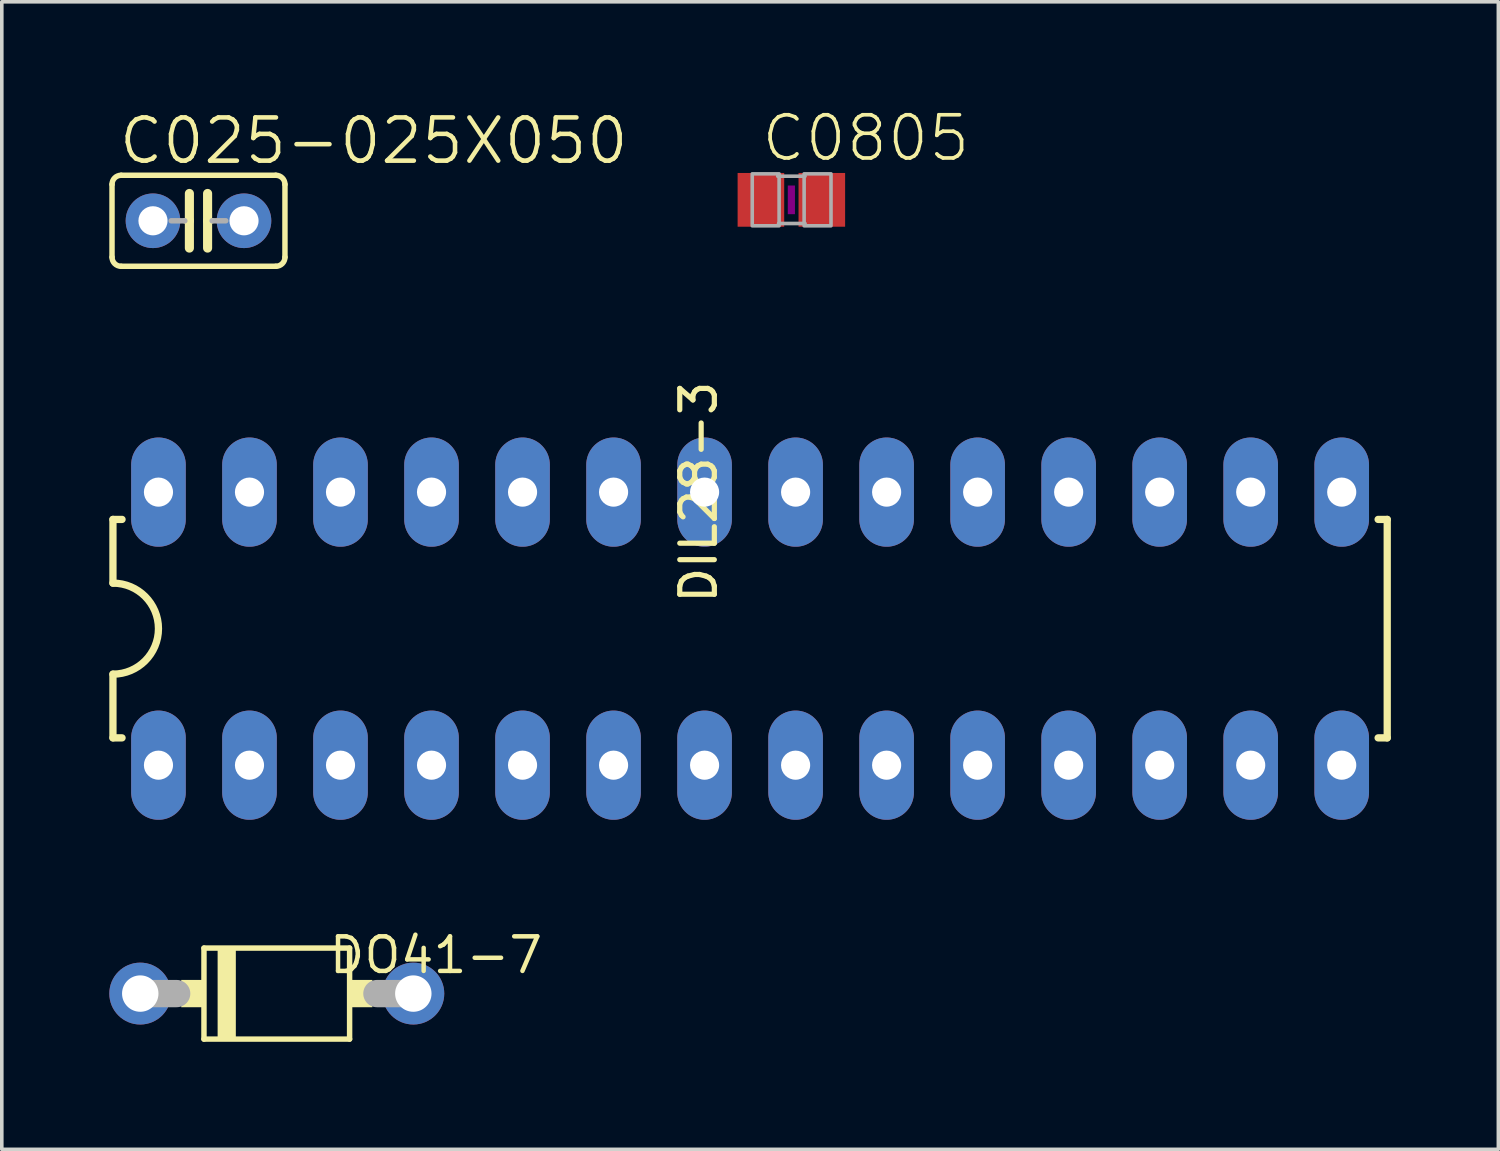
<source format=kicad_pcb>
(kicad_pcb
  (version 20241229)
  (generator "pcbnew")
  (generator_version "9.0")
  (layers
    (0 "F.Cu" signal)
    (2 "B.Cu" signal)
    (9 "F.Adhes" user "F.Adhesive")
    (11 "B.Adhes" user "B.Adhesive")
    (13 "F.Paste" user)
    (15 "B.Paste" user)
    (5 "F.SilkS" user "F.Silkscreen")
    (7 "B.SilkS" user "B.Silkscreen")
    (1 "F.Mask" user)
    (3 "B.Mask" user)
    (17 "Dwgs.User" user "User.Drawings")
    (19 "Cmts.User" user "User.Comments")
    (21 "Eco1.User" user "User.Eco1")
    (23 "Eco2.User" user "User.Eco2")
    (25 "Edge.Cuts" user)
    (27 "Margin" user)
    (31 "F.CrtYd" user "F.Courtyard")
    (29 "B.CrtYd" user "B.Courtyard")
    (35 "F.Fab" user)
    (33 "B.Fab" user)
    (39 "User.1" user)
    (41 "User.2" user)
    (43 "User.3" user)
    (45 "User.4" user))
  (footprint "C025-025X050"
    (layer "F.Cu")
    (at 2.489 3.111)
    (property "Reference" "C025-025X050" (at -2.286 -1.524 0) (layer "F.SilkS") (effects (font (size 1.206 1.206) (thickness 0.127)) (justify left bottom)))
    (attr through_hole)
    (fp_line (start -2.413 -1.016) (end -2.413 1.016) (stroke (width 0.152) (type solid)) (layer "F.SilkS"))
    (fp_line (start -2.159 -1.27) (end 2.159 -1.27) (stroke (width 0.152) (type solid)) (layer "F.SilkS"))
    (fp_line (start -0.254 -0.762) (end -0.254 0) (stroke (width 0.254) (type solid)) (layer "F.SilkS"))
    (fp_line (start -0.254 0) (end -0.381 0) (stroke (width 0.152) (type solid)) (layer "F.SilkS"))
    (fp_line (start -0.254 0) (end -0.254 0.762) (stroke (width 0.254) (type solid)) (layer "F.SilkS"))
    (fp_line (start 0.254 0) (end 0.254 -0.762) (stroke (width 0.254) (type solid)) (layer "F.SilkS"))
    (fp_line (start 0.254 0) (end 0.254 0.762) (stroke (width 0.254) (type solid)) (layer "F.SilkS"))
    (fp_line (start 0.381 0) (end 0.254 0) (stroke (width 0.152) (type solid)) (layer "F.SilkS"))
    (fp_line (start 2.159 1.27) (end -2.159 1.27) (stroke (width 0.152) (type solid)) (layer "F.SilkS"))
    (fp_line (start 2.413 -1.016) (end 2.413 1.016) (stroke (width 0.152) (type solid)) (layer "F.SilkS"))
    (fp_arc (start -2.413 -1.016) (mid -2.338605 -1.195605) (end -2.159 -1.27) (stroke (width 0.1524) (type solid)) (layer "F.SilkS"))
    (fp_arc (start -2.159 1.27) (mid -2.338605 1.195605) (end -2.413 1.016) (stroke (width 0.1524) (type solid)) (layer "F.SilkS"))
    (fp_arc (start 2.159 -1.27) (mid 2.338605 -1.195605) (end 2.413 -1.016) (stroke (width 0.1524) (type solid)) (layer "F.SilkS"))
    (fp_arc (start 2.413 1.016) (mid 2.338605 1.195605) (end 2.159 1.27) (stroke (width 0.1524) (type solid)) (layer "F.SilkS"))
    (fp_line (start -0.381 0) (end -0.762 0) (stroke (width 0.152) (type solid)) (layer "F.Fab"))
    (fp_line (start 0.762 0) (end 0.381 0) (stroke (width 0.152) (type solid)) (layer "F.Fab"))
    (pad "1" thru_hole circle (at -1.27 0) (size 1.524 1.524) (drill 0.813) (layers "*.Cu" "*.Mask"))
    (pad "2" thru_hole circle (at 1.27 0) (size 1.524 1.524) (drill 0.813) (layers "*.Cu" "*.Mask")))
  (footprint "DIL28-3"
    (layer "F.Cu")
    (at 17.882 14.493)
    (property "Reference" "DIL28-3" (at -0.872 -0.635 270) (layer "F.SilkS") (effects (font (size 0.965 0.965) (thickness 0.145)) (justify left bottom)))
    (attr through_hole)
    (fp_line (start -17.78 -3.048) (end -17.78 -1.27) (stroke (width 0.203) (type solid)) (layer "F.SilkS"))
    (fp_line (start -17.78 -3.048) (end -17.526 -3.048) (stroke (width 0.203) (type solid)) (layer "F.SilkS"))
    (fp_line (start -17.78 1.27) (end -17.78 3.048) (stroke (width 0.203) (type solid)) (layer "F.SilkS"))
    (fp_line (start -17.78 3.048) (end -17.526 3.048) (stroke (width 0.203) (type solid)) (layer "F.SilkS"))
    (fp_line (start 17.78 -3.048) (end 17.526 -3.048) (stroke (width 0.203) (type solid)) (layer "F.SilkS"))
    (fp_line (start 17.78 3.048) (end 17.526 3.048) (stroke (width 0.203) (type solid)) (layer "F.SilkS"))
    (fp_line (start 17.78 3.048) (end 17.78 -3.048) (stroke (width 0.203) (type solid)) (layer "F.SilkS"))
    (fp_arc (start -17.78 -1.27) (mid -16.51 0) (end -17.78 1.27) (stroke (width 0.2032) (type solid)) (layer "F.SilkS"))
    (pad "1" thru_hole oval (at -16.51 3.81 90) (size 3.048 1.524) (drill 0.813) (layers "*.Cu" "*.Mask"))
    (pad "2" thru_hole oval (at -13.97 3.81 90) (size 3.048 1.524) (drill 0.813) (layers "*.Cu" "*.Mask"))
    (pad "3" thru_hole oval (at -11.43 3.81 90) (size 3.048 1.524) (drill 0.813) (layers "*.Cu" "*.Mask"))
    (pad "4" thru_hole oval (at -8.89 3.81 90) (size 3.048 1.524) (drill 0.813) (layers "*.Cu" "*.Mask"))
    (pad "5" thru_hole oval (at -6.35 3.81 90) (size 3.048 1.524) (drill 0.813) (layers "*.Cu" "*.Mask"))
    (pad "6" thru_hole oval (at -3.81 3.81 90) (size 3.048 1.524) (drill 0.813) (layers "*.Cu" "*.Mask"))
    (pad "7" thru_hole oval (at -1.27 3.81 90) (size 3.048 1.524) (drill 0.813) (layers "*.Cu" "*.Mask"))
    (pad "8" thru_hole oval (at 1.27 3.81 90) (size 3.048 1.524) (drill 0.813) (layers "*.Cu" "*.Mask"))
    (pad "9" thru_hole oval (at 3.81 3.81 90) (size 3.048 1.524) (drill 0.813) (layers "*.Cu" "*.Mask"))
    (pad "10" thru_hole oval (at 6.35 3.81 90) (size 3.048 1.524) (drill 0.813) (layers "*.Cu" "*.Mask"))
    (pad "11" thru_hole oval (at 8.89 3.81 90) (size 3.048 1.524) (drill 0.813) (layers "*.Cu" "*.Mask"))
    (pad "12" thru_hole oval (at 11.43 3.81 90) (size 3.048 1.524) (drill 0.813) (layers "*.Cu" "*.Mask"))
    (pad "13" thru_hole oval (at 13.97 3.81 90) (size 3.048 1.524) (drill 0.813) (layers "*.Cu" "*.Mask"))
    (pad "14" thru_hole oval (at 16.51 3.81 90) (size 3.048 1.524) (drill 0.813) (layers "*.Cu" "*.Mask"))
    (pad "15" thru_hole oval (at 16.51 -3.81 90) (size 3.048 1.524) (drill 0.813) (layers "*.Cu" "*.Mask"))
    (pad "16" thru_hole oval (at 13.97 -3.81 90) (size 3.048 1.524) (drill 0.813) (layers "*.Cu" "*.Mask"))
    (pad "17" thru_hole oval (at 11.43 -3.81 90) (size 3.048 1.524) (drill 0.813) (layers "*.Cu" "*.Mask"))
    (pad "18" thru_hole oval (at 8.89 -3.81 90) (size 3.048 1.524) (drill 0.813) (layers "*.Cu" "*.Mask"))
    (pad "19" thru_hole oval (at 6.35 -3.81 90) (size 3.048 1.524) (drill 0.813) (layers "*.Cu" "*.Mask"))
    (pad "20" thru_hole oval (at 3.81 -3.81 90) (size 3.048 1.524) (drill 0.813) (layers "*.Cu" "*.Mask"))
    (pad "21" thru_hole oval (at 1.27 -3.81 90) (size 3.048 1.524) (drill 0.813) (layers "*.Cu" "*.Mask"))
    (pad "22" thru_hole oval (at -1.27 -3.81 90) (size 3.048 1.524) (drill 0.813) (layers "*.Cu" "*.Mask"))
    (pad "23" thru_hole oval (at -3.81 -3.81 90) (size 3.048 1.524) (drill 0.813) (layers "*.Cu" "*.Mask"))
    (pad "24" thru_hole oval (at -6.35 -3.81 90) (size 3.048 1.524) (drill 0.813) (layers "*.Cu" "*.Mask"))
    (pad "25" thru_hole oval (at -8.89 -3.81 90) (size 3.048 1.524) (drill 0.813) (layers "*.Cu" "*.Mask"))
    (pad "26" thru_hole oval (at -11.43 -3.81 90) (size 3.048 1.524) (drill 0.813) (layers "*.Cu" "*.Mask"))
    (pad "27" thru_hole oval (at -13.97 -3.81 90) (size 3.048 1.524) (drill 0.813) (layers "*.Cu" "*.Mask"))
    (pad "28" thru_hole oval (at -16.51 -3.81 90) (size 3.048 1.524) (drill 0.813) (layers "*.Cu" "*.Mask")))
  (footprint "C0805"
    (layer "F.Cu")
    (at 19.034 2.527)
    (property "Reference" "C0805" (at -0.889 -1.016 0) (layer "F.SilkS") (effects (font (size 1.206 1.206) (thickness 0.102)) (justify left bottom)))
    (attr through_hole)
    (fp_poly (pts (xy -0.1 0.4) (xy 0.1 0.4) (xy 0.1 -0.4) (xy -0.1 -0.4)) (stroke (width 0) (type solid)) (fill yes) (layer "F.Adhes"))
    (fp_line (start -0.381 -0.66) (end 0.381 -0.66) (stroke (width 0.102) (type solid)) (layer "F.Fab"))
    (fp_line (start -0.356 0.66) (end 0.381 0.66) (stroke (width 0.102) (type solid)) (layer "F.Fab"))
    (fp_poly (pts (xy -1.092 0.724) (xy -0.342 0.724) (xy -0.342 -0.726) (xy -1.092 -0.726)) (stroke (width 0.1) (type solid)) (fill no) (layer "F.Fab"))
    (fp_poly (pts (xy 0.356 0.724) (xy 1.106 0.724) (xy 1.106 -0.726) (xy 0.356 -0.726)) (stroke (width 0.1) (type solid)) (fill no) (layer "F.Fab"))
    (pad "1" smd rect (at -0.85 0) (size 1.3 1.5) (layers "F.Cu" "F.Mask" "F.Paste"))
    (pad "2" smd rect (at 0.85 0) (size 1.3 1.5) (layers "F.Cu" "F.Mask" "F.Paste")))
  (footprint "DO41-7"
    (layer "F.Cu")
    (at 4.674 24.677)
    (property "Reference" "DO41-7" (at 1.397 -0.508 180) (layer "F.SilkS") (effects (font (size 0.965 0.965) (thickness 0.125)) (justify left bottom)))
    (attr through_hole)
    (fp_line (start -2.032 -1.27) (end -2.032 1.27) (stroke (width 0.152) (type solid)) (layer "F.SilkS"))
    (fp_line (start -2.032 -1.27) (end 2.032 -1.27) (stroke (width 0.152) (type solid)) (layer "F.SilkS"))
    (fp_line (start 2.032 1.27) (end -2.032 1.27) (stroke (width 0.152) (type solid)) (layer "F.SilkS"))
    (fp_line (start 2.032 1.27) (end 2.032 -1.27) (stroke (width 0.152) (type solid)) (layer "F.SilkS"))
    (fp_poly (pts (xy -2.667 0.381) (xy -2.032 0.381) (xy -2.032 -0.381) (xy -2.667 -0.381)) (stroke (width 0) (type solid)) (fill yes) (layer "F.SilkS"))
    (fp_poly (pts (xy -1.651 1.27) (xy -1.143 1.27) (xy -1.143 -1.27) (xy -1.651 -1.27)) (stroke (width 0) (type solid)) (fill yes) (layer "F.SilkS"))
    (fp_poly (pts (xy 2.032 0.381) (xy 2.667 0.381) (xy 2.667 -0.381) (xy 2.032 -0.381)) (stroke (width 0) (type solid)) (fill yes) (layer "F.SilkS"))
    (fp_line (start -3.81 0) (end -2.794 0) (stroke (width 0.762) (type solid)) (layer "F.Fab"))
    (fp_line (start 3.81 0) (end 2.794 0) (stroke (width 0.762) (type solid)) (layer "F.Fab"))
    (pad "A" thru_hole circle (at 3.81 0) (size 1.727 1.727) (drill 1.016) (layers "*.Cu" "*.Mask"))
    (pad "C" thru_hole circle (at -3.81 0) (size 1.727 1.727) (drill 1.016) (layers "*.Cu" "*.Mask")))
  (gr_rect
    (start -3 -3)
    (end 38.763 29.023)
    (stroke (width 0.1) (type default))
    (fill no)
    (layer "Edge.Cuts")))
</source>
